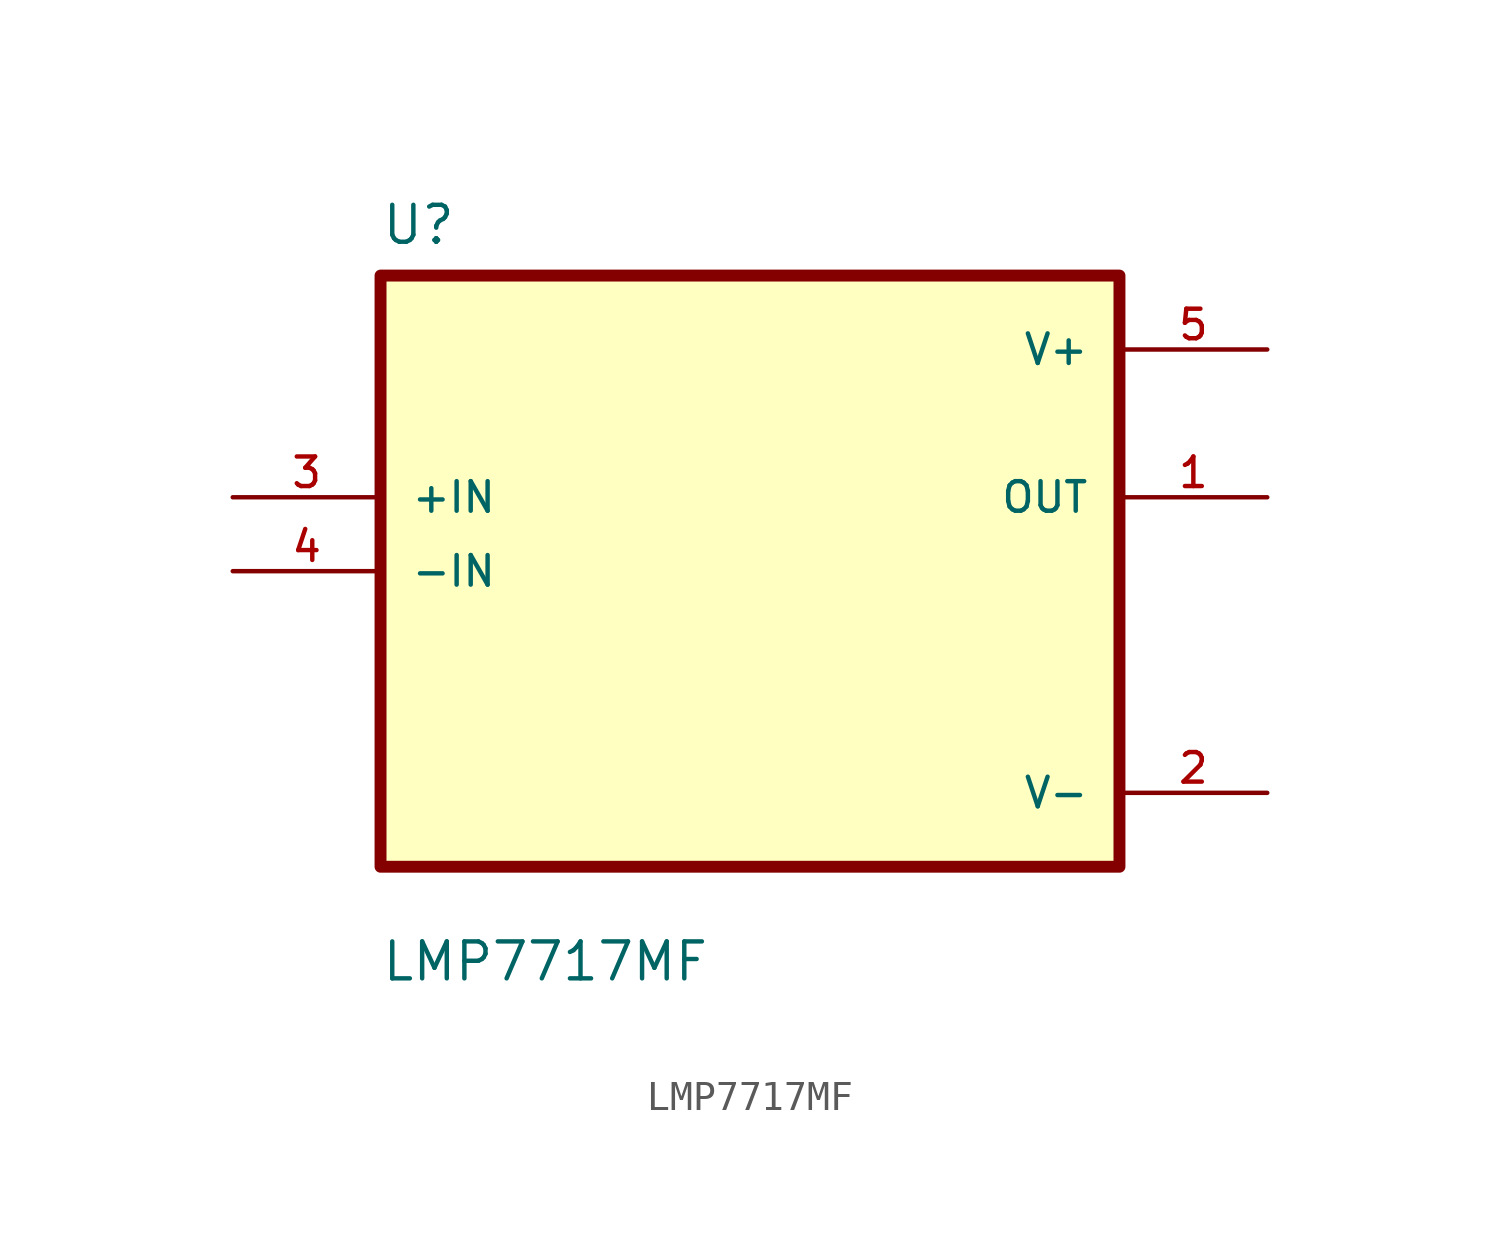
<source format=kicad_sym>
(kicad_symbol_lib
  (version 20211014)
  (generator kicad_symbol_editor)
  (symbol "LMP7717MF"
    (pin_names
      (offset 1.016))
    (property "Reference" "U"
      (at -12.7 11.16 0.0)
      (effects (font (size 1.27 1.27)) (justify bottom left)))
    (property "Value" "LMP7717MF"
      (at -12.7 -14.16 0.0)
      (effects (font (size 1.27 1.27)) (justify bottom left)))
    (symbol "LMP7717MF_0_0"
      (rectangle (start -12.7 -10.16) (end 12.7 10.16) (stroke (width 0.41)) (fill (type background)))
      (pin input line (at -17.78 2.54 0) (length 5.08) (name "+IN" (effects (font (size 1.016 1.016)))) (number "3" (effects (font (size 1.016 1.016)))))
      (pin input line (at -17.78 0.0 0) (length 5.08) (name "-IN" (effects (font (size 1.016 1.016)))) (number "4" (effects (font (size 1.016 1.016)))))
      (pin power_in line (at 17.78 7.62 180.0) (length 5.08) (name "V+" (effects (font (size 1.016 1.016)))) (number "5" (effects (font (size 1.016 1.016)))))
      (pin output line (at 17.78 2.54 180.0) (length 5.08) (name "OUT" (effects (font (size 1.016 1.016)))) (number "1" (effects (font (size 1.016 1.016)))))
      (pin power_in line (at 17.78 -7.62 180.0) (length 5.08) (name "V-" (effects (font (size 1.016 1.016)))) (number "2" (effects (font (size 1.016 1.016))))))))
</source>
